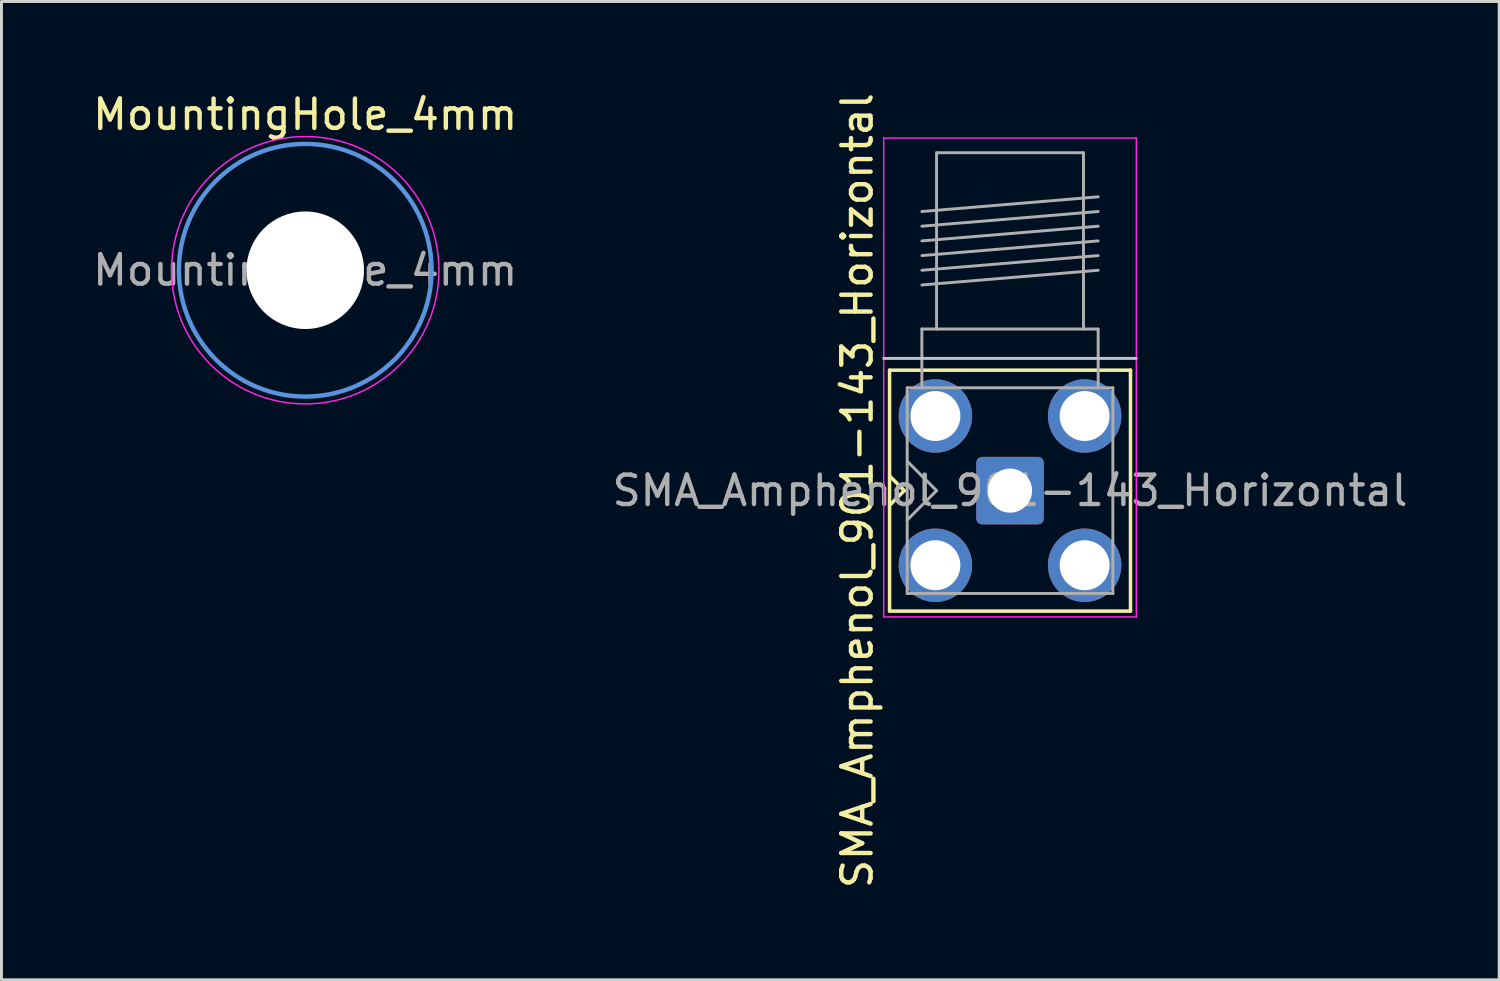
<source format=kicad_pcb>
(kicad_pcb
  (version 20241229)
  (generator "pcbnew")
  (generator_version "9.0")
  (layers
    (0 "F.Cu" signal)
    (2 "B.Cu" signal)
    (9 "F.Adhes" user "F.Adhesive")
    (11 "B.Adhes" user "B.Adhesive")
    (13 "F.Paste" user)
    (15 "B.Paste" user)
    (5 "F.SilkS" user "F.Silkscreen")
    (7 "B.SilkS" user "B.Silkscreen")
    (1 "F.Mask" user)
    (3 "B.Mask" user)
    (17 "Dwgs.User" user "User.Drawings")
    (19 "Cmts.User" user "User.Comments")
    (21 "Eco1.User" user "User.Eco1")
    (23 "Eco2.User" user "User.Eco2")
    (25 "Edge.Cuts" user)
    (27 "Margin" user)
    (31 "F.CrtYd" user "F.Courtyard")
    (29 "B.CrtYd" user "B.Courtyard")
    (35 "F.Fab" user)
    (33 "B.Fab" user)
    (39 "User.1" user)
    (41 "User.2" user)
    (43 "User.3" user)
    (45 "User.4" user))
  (footprint "MountingHole_4mm"
    (layer "F.Cu")
    (at 7.339 6.148)
    (property "Reference" "MountingHole_4mm" (at 0 -5.3 0) (layer "F.SilkS") (effects (font (size 1 1) (thickness 0.15))))
    (attr exclude_from_pos_files exclude_from_bom)
    (fp_circle (center 0 0) (end 4.3 0) (stroke (width 0.15) (type solid)) (fill no) (layer "Cmts.User"))
    (fp_circle (center 0 0) (end 4.55 0) (stroke (width 0.05) (type solid)) (fill no) (layer "F.CrtYd"))
    (fp_text user "${REFERENCE}" (at 0 0 0) (layer "F.Fab") (effects (font (size 1 1) (thickness 0.15))))
    (pad "" np_thru_hole circle (at 0 0) (size 4 4) (drill 4) (layers "*.Cu" "*.Mask")))
  (footprint "SMA_Amphenol_901-143_Horizontal"
    (layer "F.Cu")
    (at 31.327 13.649)
    (property "Reference" "SMA_Amphenol_901-143_Horizontal" (at -5.2 0 270) (layer "F.SilkS") (effects (font (size 1 1) (thickness 0.15))))
    (attr through_hole)
    (fp_line (start -4.1 -4.1) (end -4.1 4.1) (stroke (width 0.12) (type solid)) (layer "F.SilkS"))
    (fp_line (start -4.1 -4.1) (end 4.1 -4.1) (stroke (width 0.12) (type solid)) (layer "F.SilkS"))
    (fp_line (start -4.1 0.5) (end -3.6 0) (stroke (width 0.12) (type solid)) (layer "F.SilkS"))
    (fp_line (start -4.1 4.1) (end 4.1 4.1) (stroke (width 0.12) (type solid)) (layer "F.SilkS"))
    (fp_line (start -3.6 0) (end -4.1 -0.5) (stroke (width 0.12) (type solid)) (layer "F.SilkS"))
    (fp_line (start 4.1 -4.1) (end 4.1 4.1) (stroke (width 0.12) (type solid)) (layer "F.SilkS"))
    (fp_line (start 4.3 -4.5) (end -4.3 -4.5) (stroke (width 0.1) (type solid)) (layer "Dwgs.User"))
    (fp_line (start -4.3 -12) (end -4.3 4.3) (stroke (width 0.05) (type solid)) (layer "F.CrtYd"))
    (fp_line (start -4.3 -12) (end 4.3 -12) (stroke (width 0.05) (type solid)) (layer "F.CrtYd"))
    (fp_line (start 4.3 4.3) (end -4.3 4.3) (stroke (width 0.05) (type solid)) (layer "F.CrtYd"))
    (fp_line (start 4.3 4.3) (end 4.3 -12) (stroke (width 0.05) (type solid)) (layer "F.CrtYd"))
    (fp_line (start -3.5 -3.5) (end -3.5 3.5) (stroke (width 0.1) (type solid)) (layer "F.Fab"))
    (fp_line (start -3.5 -3.5) (end 3.5 -3.5) (stroke (width 0.1) (type solid)) (layer "F.Fab"))
    (fp_line (start -3.5 -1) (end -2.5 0) (stroke (width 0.1) (type solid)) (layer "F.Fab"))
    (fp_line (start -3.5 3.5) (end 3.5 3.5) (stroke (width 0.1) (type solid)) (layer "F.Fab"))
    (fp_line (start -3 -9.5) (end 3 -10) (stroke (width 0.1) (type solid)) (layer "F.Fab"))
    (fp_line (start -3 -9) (end 3 -9.5) (stroke (width 0.1) (type solid)) (layer "F.Fab"))
    (fp_line (start -3 -8.5) (end 3 -9) (stroke (width 0.1) (type solid)) (layer "F.Fab"))
    (fp_line (start -3 -8) (end 3 -8.5) (stroke (width 0.1) (type solid)) (layer "F.Fab"))
    (fp_line (start -3 -7.5) (end 3 -8) (stroke (width 0.1) (type solid)) (layer "F.Fab"))
    (fp_line (start -3 -7) (end 3 -7.5) (stroke (width 0.1) (type solid)) (layer "F.Fab"))
    (fp_line (start -3 -5.5) (end -3 -3.5) (stroke (width 0.1) (type solid)) (layer "F.Fab"))
    (fp_line (start -2.5 -11.5) (end -2.5 -5.5) (stroke (width 0.1) (type solid)) (layer "F.Fab"))
    (fp_line (start -2.5 -11.5) (end 2.5 -11.5) (stroke (width 0.1) (type solid)) (layer "F.Fab"))
    (fp_line (start -2.5 0) (end -3.5 1) (stroke (width 0.1) (type solid)) (layer "F.Fab"))
    (fp_line (start 2.5 -11.5) (end 2.5 -5.5) (stroke (width 0.1) (type solid)) (layer "F.Fab"))
    (fp_line (start 3 -5.5) (end -3 -5.5) (stroke (width 0.1) (type solid)) (layer "F.Fab"))
    (fp_line (start 3 -5.5) (end 3 -3.5) (stroke (width 0.1) (type solid)) (layer "F.Fab"))
    (fp_line (start 3.5 -3.5) (end 3.5 3.5) (stroke (width 0.1) (type solid)) (layer "F.Fab"))
    (fp_text user "${REFERENCE}" (at 0 0 0) (layer "F.Fab") (effects (font (size 1 1) (thickness 0.15))))
    (pad "1" thru_hole roundrect (at 0 0) (size 2.3 2.3) (drill 1.5) (layers "*.Cu" "*.Mask") (remove_unused_layers yes) (keep_end_layers yes) (zone_layer_connections) (roundrect_rratio 0.087))
    (pad "2" thru_hole circle (at -2.54 -2.54) (size 2.5 2.5) (drill 1.7) (layers "*.Cu" "*.Mask") (remove_unused_layers yes) (keep_end_layers yes) (zone_layer_connections))
    (pad "2" thru_hole circle (at -2.54 2.54) (size 2.5 2.5) (drill 1.7) (layers "*.Cu" "*.Mask") (remove_unused_layers yes) (keep_end_layers yes) (zone_layer_connections))
    (pad "2" thru_hole circle (at 2.54 -2.54) (size 2.5 2.5) (drill 1.7) (layers "*.Cu" "*.Mask") (remove_unused_layers yes) (keep_end_layers yes) (zone_layer_connections))
    (pad "2" thru_hole circle (at 2.54 2.54) (size 2.5 2.5) (drill 1.7) (layers "*.Cu" "*.Mask") (remove_unused_layers yes) (keep_end_layers yes) (zone_layer_connections)))
  (gr_rect
    (start -3 -3)
    (end 47.976 30.298)
    (stroke (width 0.1) (type default))
    (fill no)
    (layer "Edge.Cuts")))
</source>
